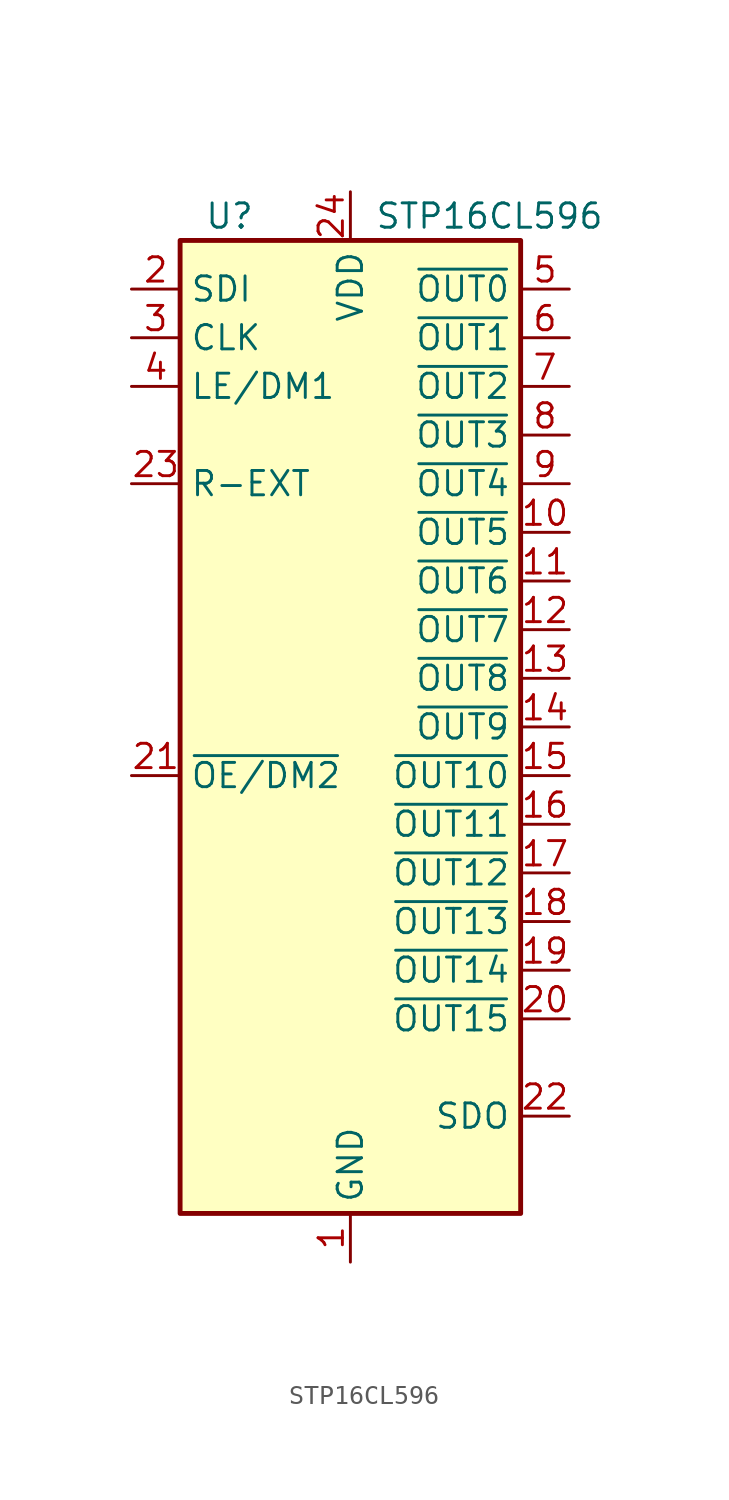
<source format=kicad_sym>
(kicad_symbol_lib
  (version 20211014)
  (generator kicad_symbol_editor)
  (symbol "STP16CL596"
    (property "Reference" "U"
      (at -7.62 26.67 0)
      (effects (font (size 1.27 1.27)) (justify left)))
    (property "Value" "STP16CL596"
      (at 1.27 26.67 0)
      (effects (font (size 1.27 1.27)) (justify left)))
    (symbol "STP16CL596_0_1"
      (rectangle (start -8.89 25.4) (end 8.89 -25.4) (stroke (width 0.254) (type default) (color 0 0 0 0)) (fill (type background))))
    (symbol "STP16CL596_1_1"
      (pin power_in line (at 0 -27.94 90) (length 2.54) (name "GND" (effects (font (size 1.27 1.27)))) (number "1" (effects (font (size 1.27 1.27)))))
      (pin output line (at 11.43 10.16 180) (length 2.54) (name "~{OUT5}" (effects (font (size 1.27 1.27)))) (number "10" (effects (font (size 1.27 1.27)))))
      (pin output line (at 11.43 7.62 180) (length 2.54) (name "~{OUT6}" (effects (font (size 1.27 1.27)))) (number "11" (effects (font (size 1.27 1.27)))))
      (pin output line (at 11.43 5.08 180) (length 2.54) (name "~{OUT7}" (effects (font (size 1.27 1.27)))) (number "12" (effects (font (size 1.27 1.27)))))
      (pin output line (at 11.43 2.54 180) (length 2.54) (name "~{OUT8}" (effects (font (size 1.27 1.27)))) (number "13" (effects (font (size 1.27 1.27)))))
      (pin output line (at 11.43 0 180) (length 2.54) (name "~{OUT9}" (effects (font (size 1.27 1.27)))) (number "14" (effects (font (size 1.27 1.27)))))
      (pin output line (at 11.43 -2.54 180) (length 2.54) (name "~{OUT10}" (effects (font (size 1.27 1.27)))) (number "15" (effects (font (size 1.27 1.27)))))
      (pin output line (at 11.43 -5.08 180) (length 2.54) (name "~{OUT11}" (effects (font (size 1.27 1.27)))) (number "16" (effects (font (size 1.27 1.27)))))
      (pin output line (at 11.43 -7.62 180) (length 2.54) (name "~{OUT12}" (effects (font (size 1.27 1.27)))) (number "17" (effects (font (size 1.27 1.27)))))
      (pin output line (at 11.43 -10.16 180) (length 2.54) (name "~{OUT13}" (effects (font (size 1.27 1.27)))) (number "18" (effects (font (size 1.27 1.27)))))
      (pin output line (at 11.43 -12.7 180) (length 2.54) (name "~{OUT14}" (effects (font (size 1.27 1.27)))) (number "19" (effects (font (size 1.27 1.27)))))
      (pin input line (at -11.43 22.86 0) (length 2.54) (name "SDI" (effects (font (size 1.27 1.27)))) (number "2" (effects (font (size 1.27 1.27)))))
      (pin output line (at 11.43 -15.24 180) (length 2.54) (name "~{OUT15}" (effects (font (size 1.27 1.27)))) (number "20" (effects (font (size 1.27 1.27)))))
      (pin input line (at -11.43 -2.54 0) (length 2.54) (name "~{OE/DM2}" (effects (font (size 1.27 1.27)))) (number "21" (effects (font (size 1.27 1.27)))))
      (pin output line (at 11.43 -20.32 180) (length 2.54) (name "SDO" (effects (font (size 1.27 1.27)))) (number "22" (effects (font (size 1.27 1.27)))))
      (pin passive line (at -11.43 12.7 0) (length 2.54) (name "R-EXT" (effects (font (size 1.27 1.27)))) (number "23" (effects (font (size 1.27 1.27)))))
      (pin power_in line (at 0 27.94 270) (length 2.54) (name "VDD" (effects (font (size 1.27 1.27)))) (number "24" (effects (font (size 1.27 1.27)))))
      (pin input line (at -11.43 20.32 0) (length 2.54) (name "CLK" (effects (font (size 1.27 1.27)))) (number "3" (effects (font (size 1.27 1.27)))))
      (pin input line (at -11.43 17.78 0) (length 2.54) (name "LE/DM1" (effects (font (size 1.27 1.27)))) (number "4" (effects (font (size 1.27 1.27)))))
      (pin output line (at 11.43 22.86 180) (length 2.54) (name "~{OUT0}" (effects (font (size 1.27 1.27)))) (number "5" (effects (font (size 1.27 1.27)))))
      (pin output line (at 11.43 20.32 180) (length 2.54) (name "~{OUT1}" (effects (font (size 1.27 1.27)))) (number "6" (effects (font (size 1.27 1.27)))))
      (pin output line (at 11.43 17.78 180) (length 2.54) (name "~{OUT2}" (effects (font (size 1.27 1.27)))) (number "7" (effects (font (size 1.27 1.27)))))
      (pin output line (at 11.43 15.24 180) (length 2.54) (name "~{OUT3}" (effects (font (size 1.27 1.27)))) (number "8" (effects (font (size 1.27 1.27)))))
      (pin output line (at 11.43 12.7 180) (length 2.54) (name "~{OUT4}" (effects (font (size 1.27 1.27)))) (number "9" (effects (font (size 1.27 1.27))))))))
</source>
